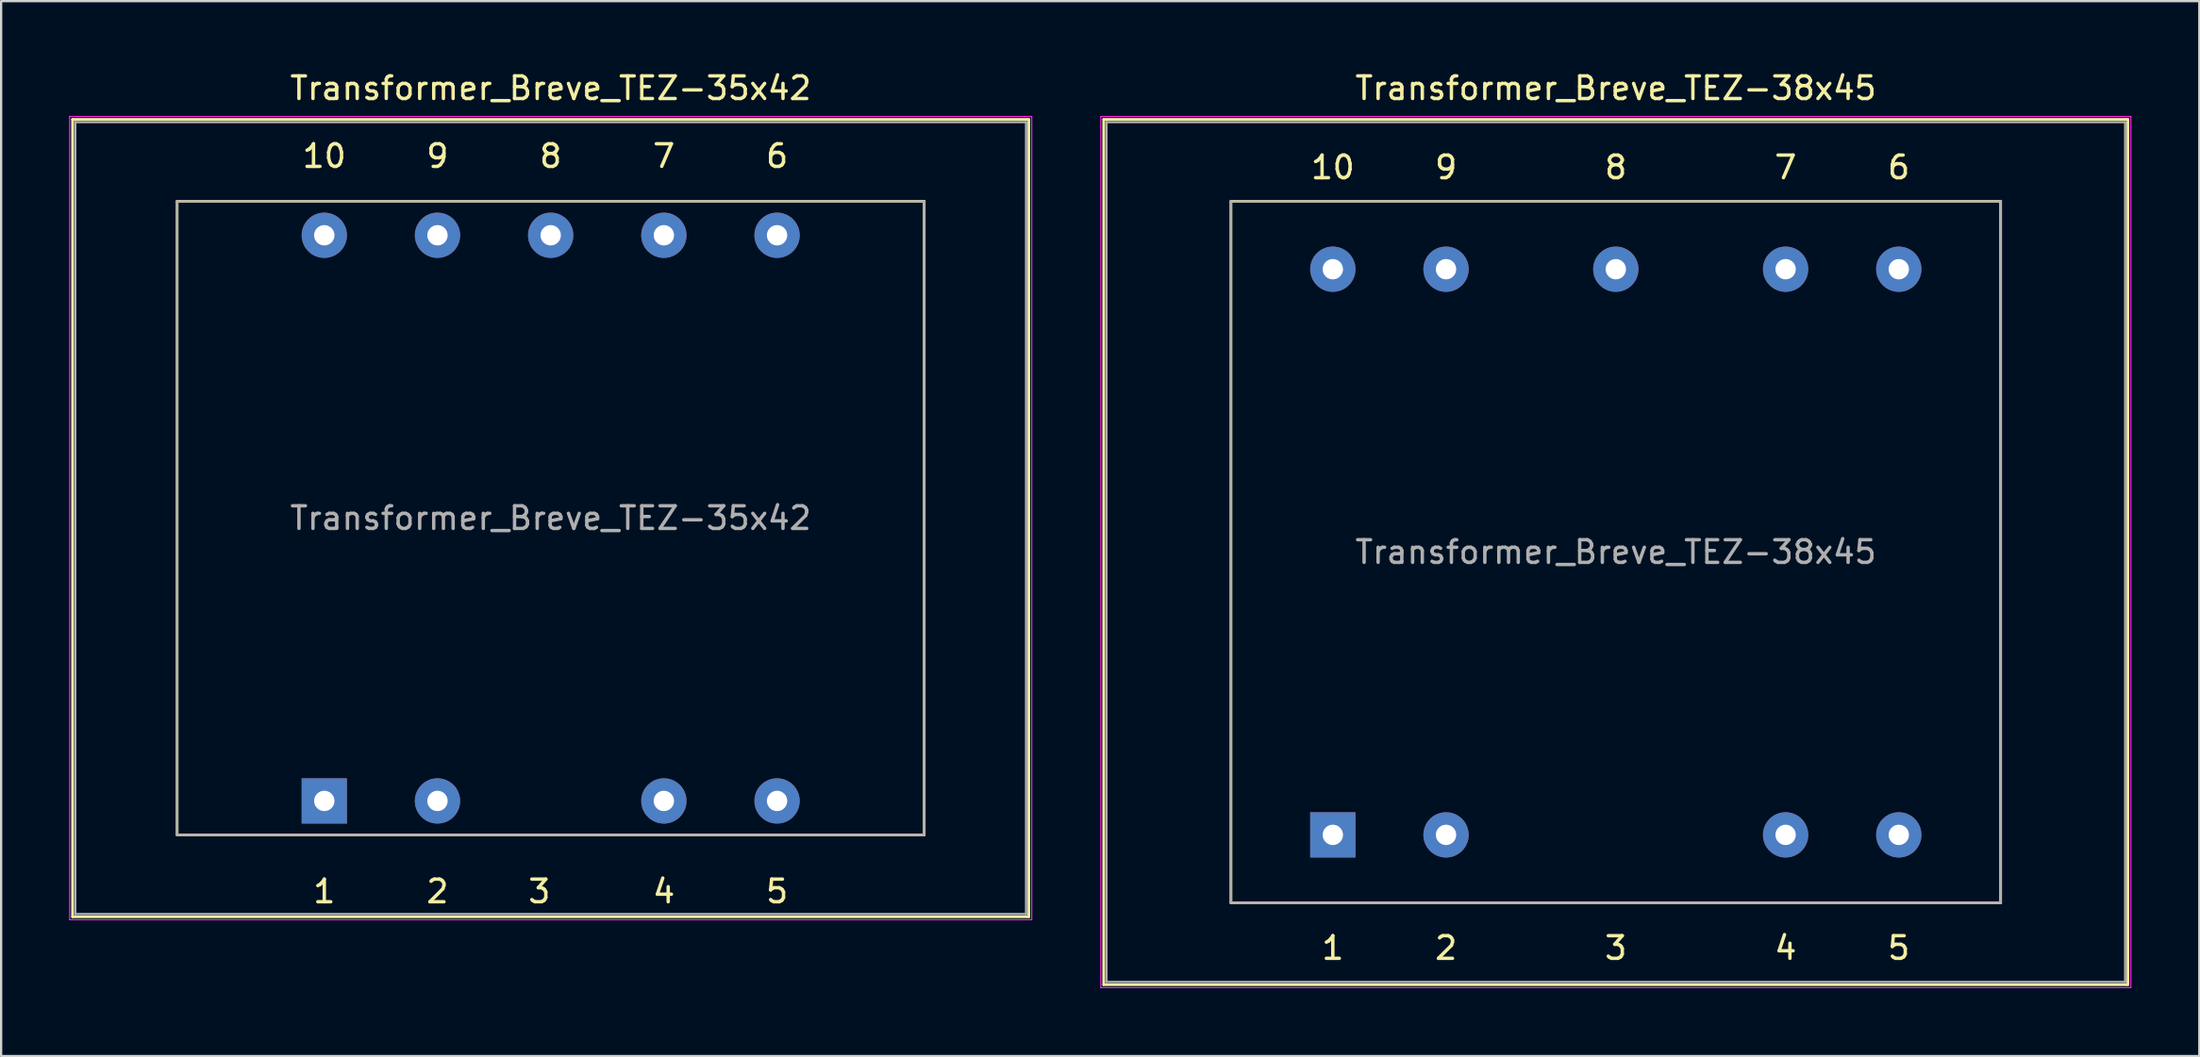
<source format=kicad_pcb>
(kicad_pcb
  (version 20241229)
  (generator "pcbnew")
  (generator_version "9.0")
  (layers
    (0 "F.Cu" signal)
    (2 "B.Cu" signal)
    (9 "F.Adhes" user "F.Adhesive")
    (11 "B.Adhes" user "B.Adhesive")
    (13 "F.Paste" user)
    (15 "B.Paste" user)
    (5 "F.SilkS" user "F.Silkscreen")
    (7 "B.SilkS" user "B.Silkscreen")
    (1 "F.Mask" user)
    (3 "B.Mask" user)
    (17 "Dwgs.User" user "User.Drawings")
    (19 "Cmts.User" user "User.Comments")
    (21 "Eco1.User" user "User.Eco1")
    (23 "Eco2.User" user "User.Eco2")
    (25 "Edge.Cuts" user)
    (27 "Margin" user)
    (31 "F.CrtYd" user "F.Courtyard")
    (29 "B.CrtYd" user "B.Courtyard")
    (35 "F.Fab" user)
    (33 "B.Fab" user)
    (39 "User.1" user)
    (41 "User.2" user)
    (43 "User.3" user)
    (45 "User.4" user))
  (footprint "Transformer_Breve_TEZ-38x45"
    (layer "F.Cu")
    (at 55.825 33.848)
    (property "Reference" "Transformer_Breve_TEZ-38x45" (at 12.5 -33 0) (layer "F.SilkS") (effects (font (size 1 1) (thickness 0.15))))
    (attr through_hole)
    (fp_line (start -10.12 -31.62) (end -10.12 6.62) (stroke (width 0.12) (type solid)) (layer "F.SilkS"))
    (fp_line (start -10.12 -31.62) (end 35.12 -31.62) (stroke (width 0.12) (type solid)) (layer "F.SilkS"))
    (fp_line (start -4.5 -28) (end 29.5 -28) (stroke (width 0.12) (type solid)) (layer "F.SilkS"))
    (fp_line (start -4.5 3) (end -4.5 -28) (stroke (width 0.12) (type solid)) (layer "F.SilkS"))
    (fp_line (start 29.5 -28) (end 29.5 3) (stroke (width 0.12) (type solid)) (layer "F.SilkS"))
    (fp_line (start 29.5 3) (end -4.5 3) (stroke (width 0.12) (type solid)) (layer "F.SilkS"))
    (fp_line (start 35.12 6.62) (end -10.12 6.62) (stroke (width 0.12) (type solid)) (layer "F.SilkS"))
    (fp_line (start 35.12 6.62) (end 35.12 -31.62) (stroke (width 0.12) (type solid)) (layer "F.SilkS"))
    (fp_line (start -10.25 -31.75) (end -10.25 6.75) (stroke (width 0.05) (type solid)) (layer "F.CrtYd"))
    (fp_line (start -10.25 -31.75) (end 35.25 -31.75) (stroke (width 0.05) (type solid)) (layer "F.CrtYd"))
    (fp_line (start 35.25 6.75) (end -10.25 6.75) (stroke (width 0.05) (type solid)) (layer "F.CrtYd"))
    (fp_line (start 35.25 6.75) (end 35.25 -31.75) (stroke (width 0.05) (type solid)) (layer "F.CrtYd"))
    (fp_line (start -10 -31.5) (end 35 -31.5) (stroke (width 0.1) (type solid)) (layer "F.Fab"))
    (fp_line (start -10 6.5) (end -10 -31.5) (stroke (width 0.1) (type solid)) (layer "F.Fab"))
    (fp_line (start -4.5 -28) (end 29.5 -28) (stroke (width 0.1) (type solid)) (layer "F.Fab"))
    (fp_line (start -4.5 3) (end -4.5 -28) (stroke (width 0.1) (type solid)) (layer "F.Fab"))
    (fp_line (start 29.5 -28) (end 29.5 3) (stroke (width 0.1) (type solid)) (layer "F.Fab"))
    (fp_line (start 29.5 3) (end -4.5 3) (stroke (width 0.1) (type solid)) (layer "F.Fab"))
    (fp_line (start 35 -31.5) (end 35 6.5) (stroke (width 0.1) (type solid)) (layer "F.Fab"))
    (fp_line (start 35 6.5) (end -10 6.5) (stroke (width 0.1) (type solid)) (layer "F.Fab"))
    (fp_text user "2" (at 5 5 0) (layer "F.SilkS") (effects (font (size 1 1) (thickness 0.15))))
    (fp_text user "9" (at 5 -29.5 0) (layer "F.SilkS") (effects (font (size 1 1) (thickness 0.15))))
    (fp_text user "10" (at 0 -29.5 0) (layer "F.SilkS") (effects (font (size 1 1) (thickness 0.15))))
    (fp_text user "7" (at 20 -29.5 0) (layer "F.SilkS") (effects (font (size 1 1) (thickness 0.15))))
    (fp_text user "5" (at 25 5 0) (layer "F.SilkS") (effects (font (size 1 1) (thickness 0.15))))
    (fp_text user "4" (at 20 5 0) (layer "F.SilkS") (effects (font (size 1 1) (thickness 0.15))))
    (fp_text user "3" (at 12.5 5 0) (layer "F.SilkS") (effects (font (size 1 1) (thickness 0.15))))
    (fp_text user "6" (at 25 -29.5 0) (layer "F.SilkS") (effects (font (size 1 1) (thickness 0.15))))
    (fp_text user "8" (at 12.5 -29.5 0) (layer "F.SilkS") (effects (font (size 1 1) (thickness 0.15))))
    (fp_text user "1" (at 0 5 0) (layer "F.SilkS") (effects (font (size 1 1) (thickness 0.15))))
    (fp_text user "${REFERENCE}" (at 12.5 -12.5 0) (layer "F.Fab") (effects (font (size 1 1) (thickness 0.15))))
    (pad "1" thru_hole rect (at 0 0) (size 2 2) (drill 0.9) (layers "*.Cu" "*.Mask"))
    (pad "2" thru_hole circle (at 5 0) (size 2 2) (drill 0.9) (layers "*.Cu" "*.Mask"))
    (pad "4" thru_hole circle (at 20 0) (size 2 2) (drill 0.9) (layers "*.Cu" "*.Mask"))
    (pad "5" thru_hole circle (at 25 0) (size 2 2) (drill 0.9) (layers "*.Cu" "*.Mask"))
    (pad "6" thru_hole circle (at 25 -25) (size 2 2) (drill 0.9) (layers "*.Cu" "*.Mask"))
    (pad "7" thru_hole circle (at 20 -25) (size 2 2) (drill 0.9) (layers "*.Cu" "*.Mask"))
    (pad "8" thru_hole circle (at 12.5 -25) (size 2 2) (drill 0.9) (layers "*.Cu" "*.Mask"))
    (pad "9" thru_hole circle (at 5 -25) (size 2 2) (drill 0.9) (layers "*.Cu" "*.Mask"))
    (pad "10" thru_hole circle (at 0 -25) (size 2 2) (drill 0.9) (layers "*.Cu" "*.Mask")))
  (footprint "Transformer_Breve_TEZ-35x42"
    (layer "F.Cu")
    (at 11.275 32.348)
    (property "Reference" "Transformer_Breve_TEZ-35x42" (at 10 -31.5 0) (layer "F.SilkS") (effects (font (size 1 1) (thickness 0.15))))
    (attr through_hole)
    (fp_line (start -11.12 -30.12) (end -11.12 5.12) (stroke (width 0.12) (type solid)) (layer "F.SilkS"))
    (fp_line (start -11.12 -30.12) (end 31.12 -30.12) (stroke (width 0.12) (type solid)) (layer "F.SilkS"))
    (fp_line (start -6.5 -26.5) (end 26.5 -26.5) (stroke (width 0.12) (type solid)) (layer "F.SilkS"))
    (fp_line (start -6.5 1.5) (end -6.5 -26.5) (stroke (width 0.12) (type solid)) (layer "F.SilkS"))
    (fp_line (start 26.5 -26.5) (end 26.5 1.5) (stroke (width 0.12) (type solid)) (layer "F.SilkS"))
    (fp_line (start 26.5 1.5) (end -6.5 1.5) (stroke (width 0.12) (type solid)) (layer "F.SilkS"))
    (fp_line (start 31.12 5.12) (end -11.12 5.12) (stroke (width 0.12) (type solid)) (layer "F.SilkS"))
    (fp_line (start 31.12 5.12) (end 31.12 -30.12) (stroke (width 0.12) (type solid)) (layer "F.SilkS"))
    (fp_line (start -11.25 -30.25) (end -11.25 5.25) (stroke (width 0.05) (type solid)) (layer "F.CrtYd"))
    (fp_line (start -11.25 -30.25) (end 31.25 -30.25) (stroke (width 0.05) (type solid)) (layer "F.CrtYd"))
    (fp_line (start 31.25 5.25) (end -11.25 5.25) (stroke (width 0.05) (type solid)) (layer "F.CrtYd"))
    (fp_line (start 31.25 5.25) (end 31.25 -30.25) (stroke (width 0.05) (type solid)) (layer "F.CrtYd"))
    (fp_line (start -11 -30) (end 31 -30) (stroke (width 0.1) (type solid)) (layer "F.Fab"))
    (fp_line (start -11 5) (end -11 -30) (stroke (width 0.1) (type solid)) (layer "F.Fab"))
    (fp_line (start -6.5 -26.5) (end -6.5 1.5) (stroke (width 0.1) (type solid)) (layer "F.Fab"))
    (fp_line (start -6.5 1.5) (end 26.5 1.5) (stroke (width 0.1) (type solid)) (layer "F.Fab"))
    (fp_line (start 26.5 -26.5) (end -6.5 -26.5) (stroke (width 0.1) (type solid)) (layer "F.Fab"))
    (fp_line (start 26.5 1.5) (end 26.5 -26.5) (stroke (width 0.1) (type solid)) (layer "F.Fab"))
    (fp_line (start 31 -30) (end 31 5) (stroke (width 0.1) (type solid)) (layer "F.Fab"))
    (fp_line (start 31 5) (end -11 5) (stroke (width 0.1) (type solid)) (layer "F.Fab"))
    (fp_text user "10" (at 0 -28.5 0) (layer "F.SilkS") (effects (font (size 1 1) (thickness 0.15))))
    (fp_text user "5" (at 20 4 0) (layer "F.SilkS") (effects (font (size 1 1) (thickness 0.15))))
    (fp_text user "1" (at 0 4 0) (layer "F.SilkS") (effects (font (size 1 1) (thickness 0.15))))
    (fp_text user "2" (at 5 4 0) (layer "F.SilkS") (effects (font (size 1 1) (thickness 0.15))))
    (fp_text user "4" (at 15 4 0) (layer "F.SilkS") (effects (font (size 1 1) (thickness 0.15))))
    (fp_text user "8" (at 10 -28.5 0) (layer "F.SilkS") (effects (font (size 1 1) (thickness 0.15))))
    (fp_text user "3" (at 9.5 4 0) (layer "F.SilkS") (effects (font (size 1 1) (thickness 0.15))))
    (fp_text user "7" (at 15 -28.5 0) (layer "F.SilkS") (effects (font (size 1 1) (thickness 0.15))))
    (fp_text user "6" (at 20 -28.5 0) (layer "F.SilkS") (effects (font (size 1 1) (thickness 0.15))))
    (fp_text user "9" (at 5 -28.5 0) (layer "F.SilkS") (effects (font (size 1 1) (thickness 0.15))))
    (fp_text user "${REFERENCE}" (at 10 -12.5 0) (layer "F.Fab") (effects (font (size 1 1) (thickness 0.15))))
    (pad "1" thru_hole rect (at 0 0) (size 2 2) (drill 0.9) (layers "*.Cu" "*.Mask"))
    (pad "2" thru_hole circle (at 5 0) (size 2 2) (drill 0.9) (layers "*.Cu" "*.Mask"))
    (pad "4" thru_hole circle (at 15 0) (size 2 2) (drill 0.9) (layers "*.Cu" "*.Mask"))
    (pad "5" thru_hole circle (at 20 0) (size 2 2) (drill 0.9) (layers "*.Cu" "*.Mask"))
    (pad "6" thru_hole circle (at 20 -25) (size 2 2) (drill 0.9) (layers "*.Cu" "*.Mask"))
    (pad "7" thru_hole circle (at 15 -25) (size 2 2) (drill 0.9) (layers "*.Cu" "*.Mask"))
    (pad "8" thru_hole circle (at 10 -25) (size 2 2) (drill 0.9) (layers "*.Cu" "*.Mask"))
    (pad "9" thru_hole circle (at 5 -25) (size 2 2) (drill 0.9) (layers "*.Cu" "*.Mask"))
    (pad "10" thru_hole circle (at 0 -25) (size 2 2) (drill 0.9) (layers "*.Cu" "*.Mask")))
  (gr_rect
    (start -3 -3)
    (end 94.1 43.623)
    (stroke (width 0.1) (type default))
    (fill no)
    (layer "Edge.Cuts")))
</source>
